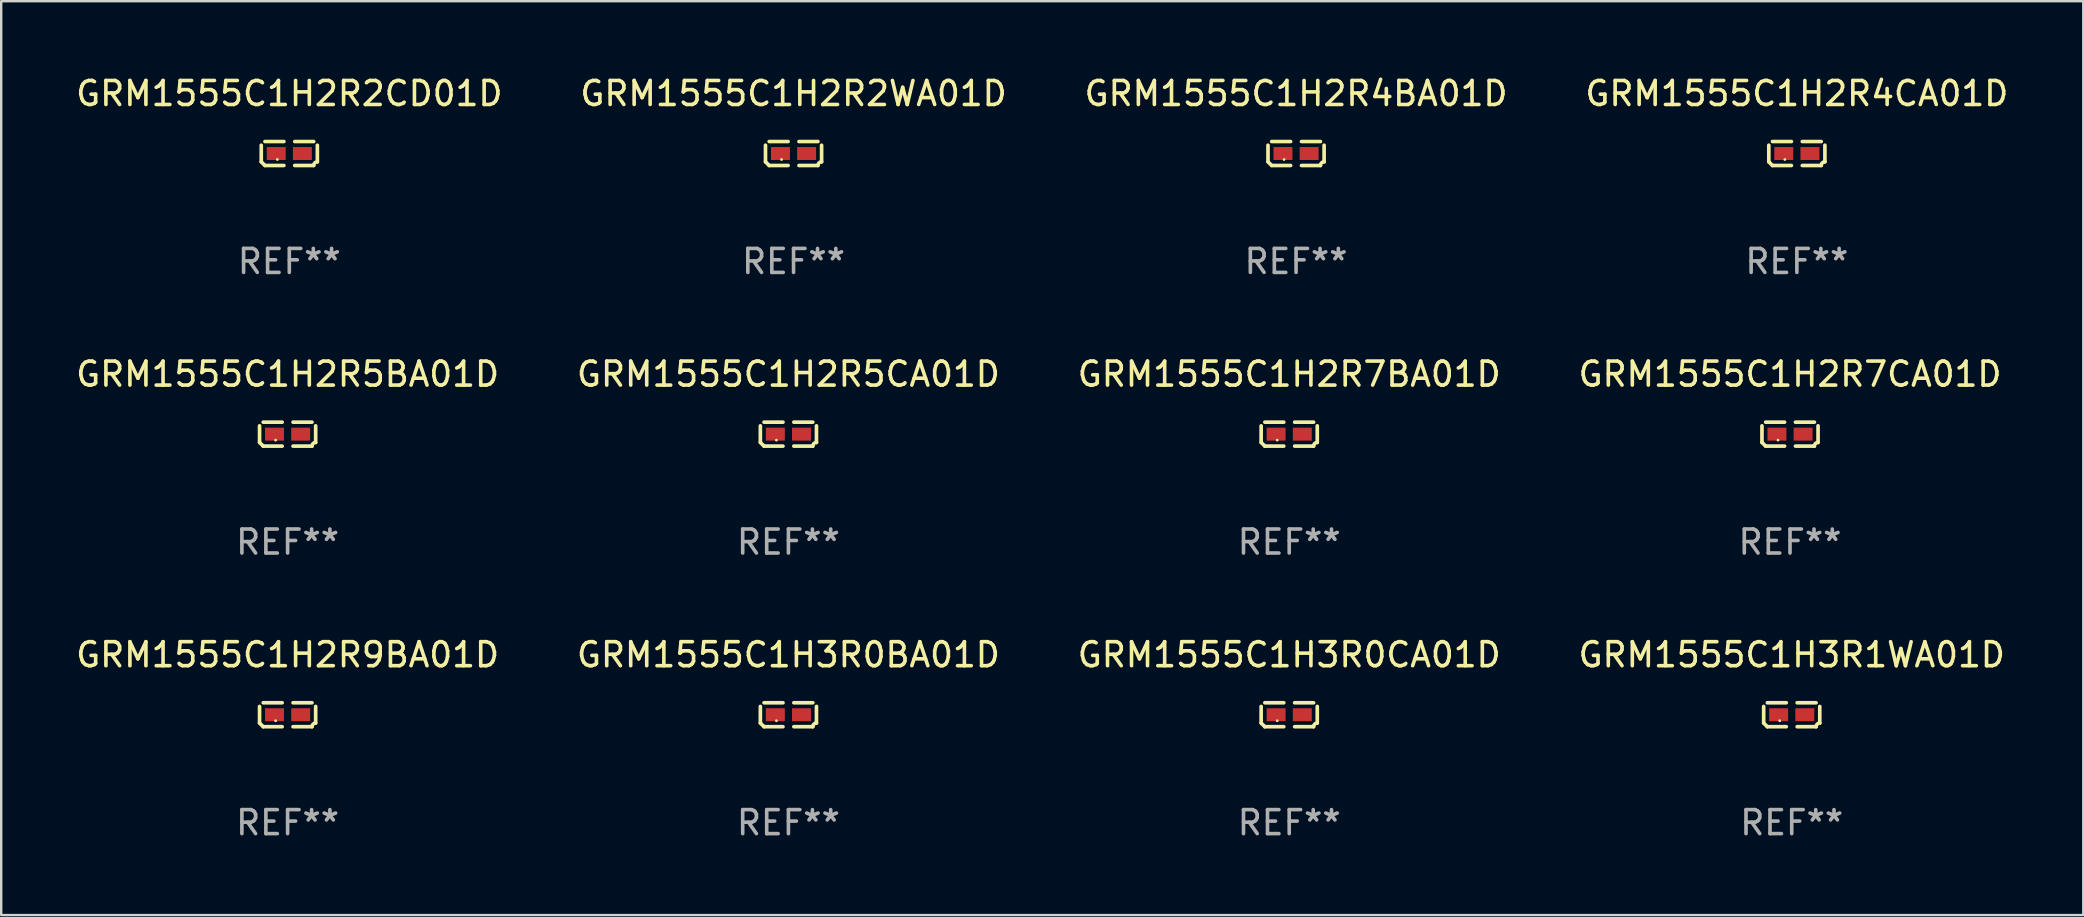
<source format=kicad_pcb>
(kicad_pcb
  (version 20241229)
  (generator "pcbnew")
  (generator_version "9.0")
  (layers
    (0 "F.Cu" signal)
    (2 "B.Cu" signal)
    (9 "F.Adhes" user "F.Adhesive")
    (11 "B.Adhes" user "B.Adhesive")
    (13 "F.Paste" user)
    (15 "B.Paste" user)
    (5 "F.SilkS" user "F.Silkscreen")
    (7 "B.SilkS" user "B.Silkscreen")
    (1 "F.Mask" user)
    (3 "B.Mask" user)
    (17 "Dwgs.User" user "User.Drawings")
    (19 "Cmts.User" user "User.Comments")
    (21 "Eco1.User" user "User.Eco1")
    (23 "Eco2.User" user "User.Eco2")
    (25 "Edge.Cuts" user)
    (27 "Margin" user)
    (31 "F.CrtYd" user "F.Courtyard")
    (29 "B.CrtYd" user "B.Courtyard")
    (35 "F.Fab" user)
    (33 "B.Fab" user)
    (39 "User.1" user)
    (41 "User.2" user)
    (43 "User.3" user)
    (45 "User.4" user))
  (footprint "GRM1555C1H2R9BA01D"
    (layer "F.Cu")
    (at 8.935 26.734)
    (property "Reference" "GRM1555C1H2R9BA01D" (at 0 -2.499 0) (layer "F.SilkS") (effects (font (size 1 1) (thickness 0.15))))
    (attr through_hole)
    (fp_line (start -1.169 0.346) (end -1.169 -0.346) (stroke (width 0.152) (type solid)) (layer "F.SilkS"))
    (fp_line (start -1.016 -0.499) (end -0.226 -0.499) (stroke (width 0.152) (type solid)) (layer "F.SilkS"))
    (fp_line (start -0.226 0.499) (end -1.016 0.499) (stroke (width 0.152) (type solid)) (layer "F.SilkS"))
    (fp_line (start 0.226 0.499) (end 1.016 0.499) (stroke (width 0.152) (type solid)) (layer "F.SilkS"))
    (fp_line (start 1.016 -0.499) (end 0.226 -0.499) (stroke (width 0.152) (type solid)) (layer "F.SilkS"))
    (fp_line (start 1.169 0.346) (end 1.169 -0.346) (stroke (width 0.152) (type solid)) (layer "F.SilkS"))
    (fp_arc (start -1.016307 0.498603) (mid -1.092512 0.422405) (end -1.16871 0.3462) (stroke (width 0.1524) (type solid)) (layer "F.SilkS"))
    (fp_arc (start 1.016307 0.498603) (mid 1.060899 0.390758) (end 1.168707 0.346076) (stroke (width 0.1524) (type solid)) (layer "F.SilkS"))
    (fp_circle (center -0.5 0.25) (end -0.47 0.25) (stroke (width 0.06) (type solid)) (fill no) (layer "F.SilkS"))
    (fp_text user "REF**" (at 0 4.499 0) (layer "F.Fab") (effects (font (size 1 1) (thickness 0.15))))
    (pad "1" smd rect (at -0.545 0) (size 0.79 0.54) (layers "F.Cu" "F.Mask" "F.Paste"))
    (pad "2" smd rect (at 0.545 0) (size 0.79 0.54) (layers "F.Cu" "F.Mask" "F.Paste")))
  (footprint "GRM1555C1H3R0BA01D"
    (layer "F.Cu")
    (at 29.804 26.734)
    (property "Reference" "GRM1555C1H3R0BA01D" (at 0 -2.499 0) (layer "F.SilkS") (effects (font (size 1 1) (thickness 0.15))))
    (attr through_hole)
    (fp_line (start -1.169 0.346) (end -1.169 -0.346) (stroke (width 0.152) (type solid)) (layer "F.SilkS"))
    (fp_line (start -1.016 -0.499) (end -0.226 -0.499) (stroke (width 0.152) (type solid)) (layer "F.SilkS"))
    (fp_line (start -0.226 0.499) (end -1.016 0.499) (stroke (width 0.152) (type solid)) (layer "F.SilkS"))
    (fp_line (start 0.226 0.499) (end 1.016 0.499) (stroke (width 0.152) (type solid)) (layer "F.SilkS"))
    (fp_line (start 1.016 -0.499) (end 0.226 -0.499) (stroke (width 0.152) (type solid)) (layer "F.SilkS"))
    (fp_line (start 1.169 0.346) (end 1.169 -0.346) (stroke (width 0.152) (type solid)) (layer "F.SilkS"))
    (fp_arc (start -1.016307 0.498603) (mid -1.092512 0.422405) (end -1.16871 0.3462) (stroke (width 0.1524) (type solid)) (layer "F.SilkS"))
    (fp_arc (start 1.016307 0.498603) (mid 1.060899 0.390758) (end 1.168707 0.346076) (stroke (width 0.1524) (type solid)) (layer "F.SilkS"))
    (fp_circle (center -0.5 0.25) (end -0.47 0.25) (stroke (width 0.06) (type solid)) (fill no) (layer "F.SilkS"))
    (fp_text user "REF**" (at 0 4.499 0) (layer "F.Fab") (effects (font (size 1 1) (thickness 0.15))))
    (pad "1" smd rect (at -0.545 0) (size 0.79 0.54) (layers "F.Cu" "F.Mask" "F.Paste"))
    (pad "2" smd rect (at 0.545 0) (size 0.79 0.54) (layers "F.Cu" "F.Mask" "F.Paste")))
  (footprint "GRM1555C1H3R1WA01D"
    (layer "F.Cu")
    (at 71.613 26.734)
    (property "Reference" "GRM1555C1H3R1WA01D" (at 0 -2.499 0) (layer "F.SilkS") (effects (font (size 1 1) (thickness 0.15))))
    (attr through_hole)
    (fp_line (start -1.169 0.346) (end -1.169 -0.346) (stroke (width 0.152) (type solid)) (layer "F.SilkS"))
    (fp_line (start -1.016 -0.499) (end -0.226 -0.499) (stroke (width 0.152) (type solid)) (layer "F.SilkS"))
    (fp_line (start -0.226 0.499) (end -1.016 0.499) (stroke (width 0.152) (type solid)) (layer "F.SilkS"))
    (fp_line (start 0.226 0.499) (end 1.016 0.499) (stroke (width 0.152) (type solid)) (layer "F.SilkS"))
    (fp_line (start 1.016 -0.499) (end 0.226 -0.499) (stroke (width 0.152) (type solid)) (layer "F.SilkS"))
    (fp_line (start 1.169 0.346) (end 1.169 -0.346) (stroke (width 0.152) (type solid)) (layer "F.SilkS"))
    (fp_arc (start -1.016307 0.498603) (mid -1.092512 0.422405) (end -1.16871 0.3462) (stroke (width 0.1524) (type solid)) (layer "F.SilkS"))
    (fp_arc (start 1.016307 0.498603) (mid 1.060899 0.390758) (end 1.168707 0.346076) (stroke (width 0.1524) (type solid)) (layer "F.SilkS"))
    (fp_circle (center -0.5 0.25) (end -0.47 0.25) (stroke (width 0.06) (type solid)) (fill no) (layer "F.SilkS"))
    (fp_text user "REF**" (at 0 4.499 0) (layer "F.Fab") (effects (font (size 1 1) (thickness 0.15))))
    (pad "1" smd rect (at -0.545 0) (size 0.79 0.54) (layers "F.Cu" "F.Mask" "F.Paste"))
    (pad "2" smd rect (at 0.545 0) (size 0.79 0.54) (layers "F.Cu" "F.Mask" "F.Paste")))
  (footprint "GRM1555C1H2R5BA01D"
    (layer "F.Cu")
    (at 8.935 15.041)
    (property "Reference" "GRM1555C1H2R5BA01D" (at 0 -2.499 0) (layer "F.SilkS") (effects (font (size 1 1) (thickness 0.15))))
    (attr through_hole)
    (fp_line (start -1.169 0.346) (end -1.169 -0.346) (stroke (width 0.152) (type solid)) (layer "F.SilkS"))
    (fp_line (start -1.016 -0.499) (end -0.226 -0.499) (stroke (width 0.152) (type solid)) (layer "F.SilkS"))
    (fp_line (start -0.226 0.499) (end -1.016 0.499) (stroke (width 0.152) (type solid)) (layer "F.SilkS"))
    (fp_line (start 0.226 0.499) (end 1.016 0.499) (stroke (width 0.152) (type solid)) (layer "F.SilkS"))
    (fp_line (start 1.016 -0.499) (end 0.226 -0.499) (stroke (width 0.152) (type solid)) (layer "F.SilkS"))
    (fp_line (start 1.169 0.346) (end 1.169 -0.346) (stroke (width 0.152) (type solid)) (layer "F.SilkS"))
    (fp_arc (start -1.016307 0.498603) (mid -1.092512 0.422405) (end -1.16871 0.3462) (stroke (width 0.1524) (type solid)) (layer "F.SilkS"))
    (fp_arc (start 1.016307 0.498603) (mid 1.060899 0.390758) (end 1.168707 0.346076) (stroke (width 0.1524) (type solid)) (layer "F.SilkS"))
    (fp_circle (center -0.5 0.25) (end -0.47 0.25) (stroke (width 0.06) (type solid)) (fill no) (layer "F.SilkS"))
    (fp_text user "REF**" (at 0 4.499 0) (layer "F.Fab") (effects (font (size 1 1) (thickness 0.15))))
    (pad "1" smd rect (at -0.545 0) (size 0.79 0.54) (layers "F.Cu" "F.Mask" "F.Paste"))
    (pad "2" smd rect (at 0.545 0) (size 0.79 0.54) (layers "F.Cu" "F.Mask" "F.Paste")))
  (footprint "GRM1555C1H2R7CA01D"
    (layer "F.Cu")
    (at 71.542 15.041)
    (property "Reference" "GRM1555C1H2R7CA01D" (at 0 -2.499 0) (layer "F.SilkS") (effects (font (size 1 1) (thickness 0.15))))
    (attr through_hole)
    (fp_line (start -1.169 0.346) (end -1.169 -0.346) (stroke (width 0.152) (type solid)) (layer "F.SilkS"))
    (fp_line (start -1.016 -0.499) (end -0.226 -0.499) (stroke (width 0.152) (type solid)) (layer "F.SilkS"))
    (fp_line (start -0.226 0.499) (end -1.016 0.499) (stroke (width 0.152) (type solid)) (layer "F.SilkS"))
    (fp_line (start 0.226 0.499) (end 1.016 0.499) (stroke (width 0.152) (type solid)) (layer "F.SilkS"))
    (fp_line (start 1.016 -0.499) (end 0.226 -0.499) (stroke (width 0.152) (type solid)) (layer "F.SilkS"))
    (fp_line (start 1.169 0.346) (end 1.169 -0.346) (stroke (width 0.152) (type solid)) (layer "F.SilkS"))
    (fp_arc (start -1.016307 0.498603) (mid -1.092512 0.422405) (end -1.16871 0.3462) (stroke (width 0.1524) (type solid)) (layer "F.SilkS"))
    (fp_arc (start 1.016307 0.498603) (mid 1.060899 0.390758) (end 1.168707 0.346076) (stroke (width 0.1524) (type solid)) (layer "F.SilkS"))
    (fp_circle (center -0.5 0.25) (end -0.47 0.25) (stroke (width 0.06) (type solid)) (fill no) (layer "F.SilkS"))
    (fp_text user "REF**" (at 0 4.499 0) (layer "F.Fab") (effects (font (size 1 1) (thickness 0.15))))
    (pad "1" smd rect (at -0.545 0) (size 0.79 0.54) (layers "F.Cu" "F.Mask" "F.Paste"))
    (pad "2" smd rect (at 0.545 0) (size 0.79 0.54) (layers "F.Cu" "F.Mask" "F.Paste")))
  (footprint "GRM1555C1H2R7BA01D"
    (layer "F.Cu")
    (at 50.673 15.041)
    (property "Reference" "GRM1555C1H2R7BA01D" (at 0 -2.499 0) (layer "F.SilkS") (effects (font (size 1 1) (thickness 0.15))))
    (attr through_hole)
    (fp_line (start -1.169 0.346) (end -1.169 -0.346) (stroke (width 0.152) (type solid)) (layer "F.SilkS"))
    (fp_line (start -1.016 -0.499) (end -0.226 -0.499) (stroke (width 0.152) (type solid)) (layer "F.SilkS"))
    (fp_line (start -0.226 0.499) (end -1.016 0.499) (stroke (width 0.152) (type solid)) (layer "F.SilkS"))
    (fp_line (start 0.226 0.499) (end 1.016 0.499) (stroke (width 0.152) (type solid)) (layer "F.SilkS"))
    (fp_line (start 1.016 -0.499) (end 0.226 -0.499) (stroke (width 0.152) (type solid)) (layer "F.SilkS"))
    (fp_line (start 1.169 0.346) (end 1.169 -0.346) (stroke (width 0.152) (type solid)) (layer "F.SilkS"))
    (fp_arc (start -1.016307 0.498603) (mid -1.092512 0.422405) (end -1.16871 0.3462) (stroke (width 0.1524) (type solid)) (layer "F.SilkS"))
    (fp_arc (start 1.016307 0.498603) (mid 1.060899 0.390758) (end 1.168707 0.346076) (stroke (width 0.1524) (type solid)) (layer "F.SilkS"))
    (fp_circle (center -0.5 0.25) (end -0.47 0.25) (stroke (width 0.06) (type solid)) (fill no) (layer "F.SilkS"))
    (fp_text user "REF**" (at 0 4.499 0) (layer "F.Fab") (effects (font (size 1 1) (thickness 0.15))))
    (pad "1" smd rect (at -0.545 0) (size 0.79 0.54) (layers "F.Cu" "F.Mask" "F.Paste"))
    (pad "2" smd rect (at 0.545 0) (size 0.79 0.54) (layers "F.Cu" "F.Mask" "F.Paste")))
  (footprint "GRM1555C1H2R4CA01D"
    (layer "F.Cu")
    (at 71.827 3.347)
    (property "Reference" "GRM1555C1H2R4CA01D" (at 0 -2.499 0) (layer "F.SilkS") (effects (font (size 1 1) (thickness 0.15))))
    (attr through_hole)
    (fp_line (start -1.169 0.346) (end -1.169 -0.346) (stroke (width 0.152) (type solid)) (layer "F.SilkS"))
    (fp_line (start -1.016 -0.499) (end -0.226 -0.499) (stroke (width 0.152) (type solid)) (layer "F.SilkS"))
    (fp_line (start -0.226 0.499) (end -1.016 0.499) (stroke (width 0.152) (type solid)) (layer "F.SilkS"))
    (fp_line (start 0.226 0.499) (end 1.016 0.499) (stroke (width 0.152) (type solid)) (layer "F.SilkS"))
    (fp_line (start 1.016 -0.499) (end 0.226 -0.499) (stroke (width 0.152) (type solid)) (layer "F.SilkS"))
    (fp_line (start 1.169 0.346) (end 1.169 -0.346) (stroke (width 0.152) (type solid)) (layer "F.SilkS"))
    (fp_arc (start -1.016307 0.498603) (mid -1.092512 0.422405) (end -1.16871 0.3462) (stroke (width 0.1524) (type solid)) (layer "F.SilkS"))
    (fp_arc (start 1.016307 0.498603) (mid 1.060899 0.390758) (end 1.168707 0.346076) (stroke (width 0.1524) (type solid)) (layer "F.SilkS"))
    (fp_circle (center -0.5 0.25) (end -0.47 0.25) (stroke (width 0.06) (type solid)) (fill no) (layer "F.SilkS"))
    (fp_text user "REF**" (at 0 4.499 0) (layer "F.Fab") (effects (font (size 1 1) (thickness 0.15))))
    (pad "1" smd rect (at -0.545 0) (size 0.79 0.54) (layers "F.Cu" "F.Mask" "F.Paste"))
    (pad "2" smd rect (at 0.545 0) (size 0.79 0.54) (layers "F.Cu" "F.Mask" "F.Paste")))
  (footprint "GRM1555C1H2R2WA01D"
    (layer "F.Cu")
    (at 30.018 3.347)
    (property "Reference" "GRM1555C1H2R2WA01D" (at 0 -2.499 0) (layer "F.SilkS") (effects (font (size 1 1) (thickness 0.15))))
    (attr through_hole)
    (fp_line (start -1.169 0.346) (end -1.169 -0.346) (stroke (width 0.152) (type solid)) (layer "F.SilkS"))
    (fp_line (start -1.016 -0.499) (end -0.226 -0.499) (stroke (width 0.152) (type solid)) (layer "F.SilkS"))
    (fp_line (start -0.226 0.499) (end -1.016 0.499) (stroke (width 0.152) (type solid)) (layer "F.SilkS"))
    (fp_line (start 0.226 0.499) (end 1.016 0.499) (stroke (width 0.152) (type solid)) (layer "F.SilkS"))
    (fp_line (start 1.016 -0.499) (end 0.226 -0.499) (stroke (width 0.152) (type solid)) (layer "F.SilkS"))
    (fp_line (start 1.169 0.346) (end 1.169 -0.346) (stroke (width 0.152) (type solid)) (layer "F.SilkS"))
    (fp_arc (start -1.016307 0.498603) (mid -1.092512 0.422405) (end -1.16871 0.3462) (stroke (width 0.1524) (type solid)) (layer "F.SilkS"))
    (fp_arc (start 1.016307 0.498603) (mid 1.060899 0.390758) (end 1.168707 0.346076) (stroke (width 0.1524) (type solid)) (layer "F.SilkS"))
    (fp_circle (center -0.5 0.25) (end -0.47 0.25) (stroke (width 0.06) (type solid)) (fill no) (layer "F.SilkS"))
    (fp_text user "REF**" (at 0 4.499 0) (layer "F.Fab") (effects (font (size 1 1) (thickness 0.15))))
    (pad "1" smd rect (at -0.545 0) (size 0.79 0.54) (layers "F.Cu" "F.Mask" "F.Paste"))
    (pad "2" smd rect (at 0.545 0) (size 0.79 0.54) (layers "F.Cu" "F.Mask" "F.Paste")))
  (footprint "GRM1555C1H2R4BA01D"
    (layer "F.Cu")
    (at 50.958 3.347)
    (property "Reference" "GRM1555C1H2R4BA01D" (at 0 -2.499 0) (layer "F.SilkS") (effects (font (size 1 1) (thickness 0.15))))
    (attr through_hole)
    (fp_line (start -1.169 0.346) (end -1.169 -0.346) (stroke (width 0.152) (type solid)) (layer "F.SilkS"))
    (fp_line (start -1.016 -0.499) (end -0.226 -0.499) (stroke (width 0.152) (type solid)) (layer "F.SilkS"))
    (fp_line (start -0.226 0.499) (end -1.016 0.499) (stroke (width 0.152) (type solid)) (layer "F.SilkS"))
    (fp_line (start 0.226 0.499) (end 1.016 0.499) (stroke (width 0.152) (type solid)) (layer "F.SilkS"))
    (fp_line (start 1.016 -0.499) (end 0.226 -0.499) (stroke (width 0.152) (type solid)) (layer "F.SilkS"))
    (fp_line (start 1.169 0.346) (end 1.169 -0.346) (stroke (width 0.152) (type solid)) (layer "F.SilkS"))
    (fp_arc (start -1.016307 0.498603) (mid -1.092512 0.422405) (end -1.16871 0.3462) (stroke (width 0.1524) (type solid)) (layer "F.SilkS"))
    (fp_arc (start 1.016307 0.498603) (mid 1.060899 0.390758) (end 1.168707 0.346076) (stroke (width 0.1524) (type solid)) (layer "F.SilkS"))
    (fp_circle (center -0.5 0.25) (end -0.47 0.25) (stroke (width 0.06) (type solid)) (fill no) (layer "F.SilkS"))
    (fp_text user "REF**" (at 0 4.499 0) (layer "F.Fab") (effects (font (size 1 1) (thickness 0.15))))
    (pad "1" smd rect (at -0.545 0) (size 0.79 0.54) (layers "F.Cu" "F.Mask" "F.Paste"))
    (pad "2" smd rect (at 0.545 0) (size 0.79 0.54) (layers "F.Cu" "F.Mask" "F.Paste")))
  (footprint "GRM1555C1H2R2CD01D"
    (layer "F.Cu")
    (at 9.006 3.347)
    (property "Reference" "GRM1555C1H2R2CD01D" (at 0 -2.499 0) (layer "F.SilkS") (effects (font (size 1 1) (thickness 0.15))))
    (attr through_hole)
    (fp_line (start -1.169 0.346) (end -1.169 -0.346) (stroke (width 0.152) (type solid)) (layer "F.SilkS"))
    (fp_line (start -1.016 -0.499) (end -0.226 -0.499) (stroke (width 0.152) (type solid)) (layer "F.SilkS"))
    (fp_line (start -0.226 0.499) (end -1.016 0.499) (stroke (width 0.152) (type solid)) (layer "F.SilkS"))
    (fp_line (start 0.226 0.499) (end 1.016 0.499) (stroke (width 0.152) (type solid)) (layer "F.SilkS"))
    (fp_line (start 1.016 -0.499) (end 0.226 -0.499) (stroke (width 0.152) (type solid)) (layer "F.SilkS"))
    (fp_line (start 1.169 0.346) (end 1.169 -0.346) (stroke (width 0.152) (type solid)) (layer "F.SilkS"))
    (fp_arc (start -1.016307 0.498603) (mid -1.092512 0.422405) (end -1.16871 0.3462) (stroke (width 0.1524) (type solid)) (layer "F.SilkS"))
    (fp_arc (start 1.016307 0.498603) (mid 1.060899 0.390758) (end 1.168707 0.346076) (stroke (width 0.1524) (type solid)) (layer "F.SilkS"))
    (fp_circle (center -0.5 0.25) (end -0.47 0.25) (stroke (width 0.06) (type solid)) (fill no) (layer "F.SilkS"))
    (fp_text user "REF**" (at 0 4.499 0) (layer "F.Fab") (effects (font (size 1 1) (thickness 0.15))))
    (pad "1" smd rect (at -0.545 0) (size 0.79 0.54) (layers "F.Cu" "F.Mask" "F.Paste"))
    (pad "2" smd rect (at 0.545 0) (size 0.79 0.54) (layers "F.Cu" "F.Mask" "F.Paste")))
  (footprint "GRM1555C1H3R0CA01D"
    (layer "F.Cu")
    (at 50.673 26.734)
    (property "Reference" "GRM1555C1H3R0CA01D" (at 0 -2.499 0) (layer "F.SilkS") (effects (font (size 1 1) (thickness 0.15))))
    (attr through_hole)
    (fp_line (start -1.169 0.346) (end -1.169 -0.346) (stroke (width 0.152) (type solid)) (layer "F.SilkS"))
    (fp_line (start -1.016 -0.499) (end -0.226 -0.499) (stroke (width 0.152) (type solid)) (layer "F.SilkS"))
    (fp_line (start -0.226 0.499) (end -1.016 0.499) (stroke (width 0.152) (type solid)) (layer "F.SilkS"))
    (fp_line (start 0.226 0.499) (end 1.016 0.499) (stroke (width 0.152) (type solid)) (layer "F.SilkS"))
    (fp_line (start 1.016 -0.499) (end 0.226 -0.499) (stroke (width 0.152) (type solid)) (layer "F.SilkS"))
    (fp_line (start 1.169 0.346) (end 1.169 -0.346) (stroke (width 0.152) (type solid)) (layer "F.SilkS"))
    (fp_arc (start -1.016307 0.498603) (mid -1.092512 0.422405) (end -1.16871 0.3462) (stroke (width 0.1524) (type solid)) (layer "F.SilkS"))
    (fp_arc (start 1.016307 0.498603) (mid 1.060899 0.390758) (end 1.168707 0.346076) (stroke (width 0.1524) (type solid)) (layer "F.SilkS"))
    (fp_circle (center -0.5 0.25) (end -0.47 0.25) (stroke (width 0.06) (type solid)) (fill no) (layer "F.SilkS"))
    (fp_text user "REF**" (at 0 4.499 0) (layer "F.Fab") (effects (font (size 1 1) (thickness 0.15))))
    (pad "1" smd rect (at -0.545 0) (size 0.79 0.54) (layers "F.Cu" "F.Mask" "F.Paste"))
    (pad "2" smd rect (at 0.545 0) (size 0.79 0.54) (layers "F.Cu" "F.Mask" "F.Paste")))
  (footprint "GRM1555C1H2R5CA01D"
    (layer "F.Cu")
    (at 29.804 15.041)
    (property "Reference" "GRM1555C1H2R5CA01D" (at 0 -2.499 0) (layer "F.SilkS") (effects (font (size 1 1) (thickness 0.15))))
    (attr through_hole)
    (fp_line (start -1.169 0.346) (end -1.169 -0.346) (stroke (width 0.152) (type solid)) (layer "F.SilkS"))
    (fp_line (start -1.016 -0.499) (end -0.226 -0.499) (stroke (width 0.152) (type solid)) (layer "F.SilkS"))
    (fp_line (start -0.226 0.499) (end -1.016 0.499) (stroke (width 0.152) (type solid)) (layer "F.SilkS"))
    (fp_line (start 0.226 0.499) (end 1.016 0.499) (stroke (width 0.152) (type solid)) (layer "F.SilkS"))
    (fp_line (start 1.016 -0.499) (end 0.226 -0.499) (stroke (width 0.152) (type solid)) (layer "F.SilkS"))
    (fp_line (start 1.169 0.346) (end 1.169 -0.346) (stroke (width 0.152) (type solid)) (layer "F.SilkS"))
    (fp_arc (start -1.016307 0.498603) (mid -1.092512 0.422405) (end -1.16871 0.3462) (stroke (width 0.1524) (type solid)) (layer "F.SilkS"))
    (fp_arc (start 1.016307 0.498603) (mid 1.060899 0.390758) (end 1.168707 0.346076) (stroke (width 0.1524) (type solid)) (layer "F.SilkS"))
    (fp_circle (center -0.5 0.25) (end -0.47 0.25) (stroke (width 0.06) (type solid)) (fill no) (layer "F.SilkS"))
    (fp_text user "REF**" (at 0 4.499 0) (layer "F.Fab") (effects (font (size 1 1) (thickness 0.15))))
    (pad "1" smd rect (at -0.545 0) (size 0.79 0.54) (layers "F.Cu" "F.Mask" "F.Paste"))
    (pad "2" smd rect (at 0.545 0) (size 0.79 0.54) (layers "F.Cu" "F.Mask" "F.Paste")))
  (gr_rect
    (start -3 -3)
    (end 83.762 35.081)
    (stroke (width 0.1) (type default))
    (fill no)
    (layer "Edge.Cuts")))
</source>
